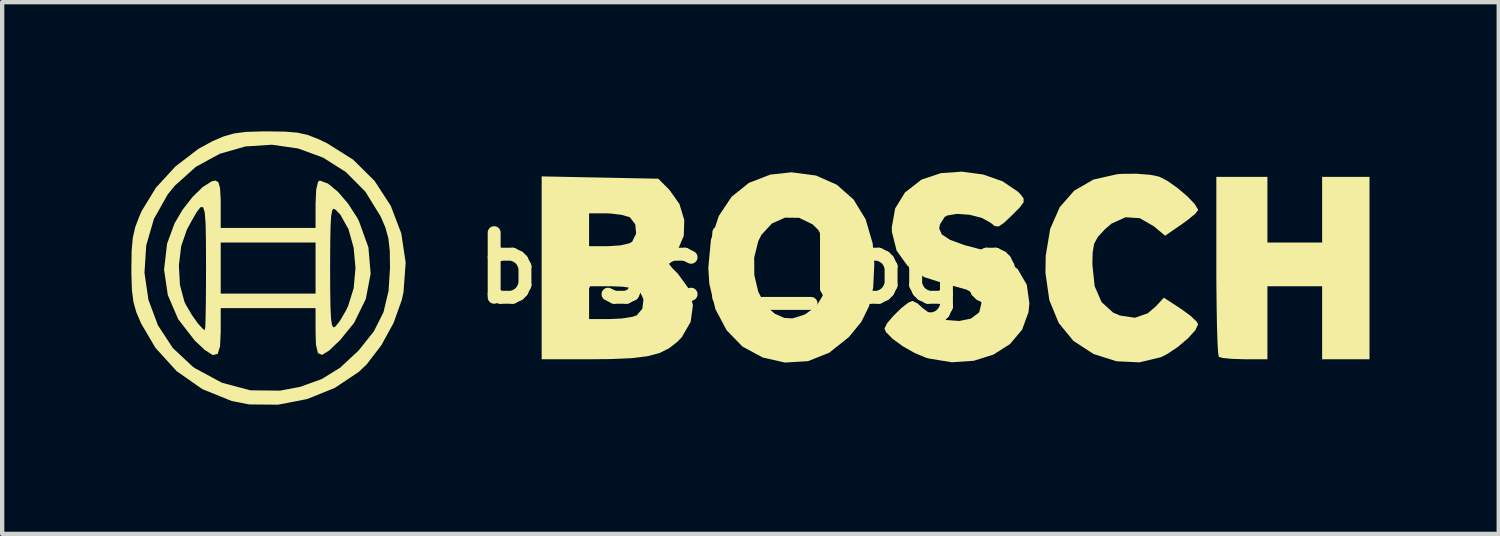
<source format=kicad_pcb>
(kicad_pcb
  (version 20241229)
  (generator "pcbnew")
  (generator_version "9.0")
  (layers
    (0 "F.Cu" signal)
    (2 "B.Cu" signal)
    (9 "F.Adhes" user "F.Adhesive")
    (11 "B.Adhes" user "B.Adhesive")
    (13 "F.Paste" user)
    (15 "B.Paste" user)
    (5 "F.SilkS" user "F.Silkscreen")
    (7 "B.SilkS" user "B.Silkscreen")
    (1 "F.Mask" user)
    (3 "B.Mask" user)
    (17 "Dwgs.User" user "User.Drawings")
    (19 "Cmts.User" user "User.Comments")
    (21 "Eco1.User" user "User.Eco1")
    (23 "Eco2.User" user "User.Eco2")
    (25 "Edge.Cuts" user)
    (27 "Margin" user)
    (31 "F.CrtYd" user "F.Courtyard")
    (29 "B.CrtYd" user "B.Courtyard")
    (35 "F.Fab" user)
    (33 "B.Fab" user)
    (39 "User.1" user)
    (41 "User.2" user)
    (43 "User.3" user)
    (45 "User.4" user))
  (footprint "bosch_logo"
    (layer "F.Cu")
    (at 14.351 3.173)
    (property "Reference" "bosch_logo" (at 0 0 0) (layer "F.SilkS") (effects (font (size 1.5 1.5) (thickness 0.3))))
    (attr board_only exclude_from_pos_files exclude_from_bom)
    (fp_poly (pts (xy 12.023 -1.355) (xy 12.023 -0.593) (xy 12.658 -0.593) (xy 13.293 -0.593) (xy 13.293 -1.355) (xy 13.293 -2.117) (xy 13.843 -2.117) (xy 14.393 -2.117) (xy 14.393 0) (xy 14.393 2.117) (xy 13.843 2.117) (xy 13.293 2.117) (xy 13.293 1.27) (xy 13.293 0.423) (xy 12.658 0.423) (xy 12.023 0.423) (xy 12.023 1.27) (xy 12.023 2.117) (xy 11.486 2.117) (xy 11.199 2.108) (xy 10.983 2.087) (xy 10.894 2.06) (xy 10.878 1.963) (xy 10.864 1.721) (xy 10.852 1.357) (xy 10.844 0.895) (xy 10.838 0.358) (xy 10.837 -0.056) (xy 10.837 -2.117) (xy 11.43 -2.117) (xy 12.023 -2.117)) (stroke (width 0) (type solid)) (fill yes) (layer "F.SilkS"))
    (fp_poly (pts (xy 1.543 -2.148) (xy 2.026 -1.934) (xy 2.414 -1.592) (xy 2.695 -1.133) (xy 2.859 -0.571) (xy 2.897 -0.096) (xy 2.871 0.45) (xy 2.776 0.882) (xy 2.596 1.248) (xy 2.314 1.593) (xy 2.303 1.605) (xy 1.851 1.965) (xy 1.356 2.162) (xy 0.824 2.194) (xy 0.307 2.077) (xy -0.163 1.824) (xy -0.533 1.443) (xy -0.793 0.952) (xy -0.934 0.365) (xy -0.957 0) (xy -0.935 -0.244) (xy 0.108 -0.244) (xy 0.111 0.164) (xy 0.202 0.55) (xy 0.369 0.868) (xy 0.582 1.058) (xy 0.804 1.157) (xy 0.995 1.169) (xy 1.237 1.095) (xy 1.302 1.068) (xy 1.558 0.876) (xy 1.737 0.575) (xy 1.833 0.206) (xy 1.844 -0.188) (xy 1.768 -0.564) (xy 1.599 -0.88) (xy 1.467 -1.012) (xy 1.152 -1.166) (xy 0.824 -1.17) (xy 0.52 -1.035) (xy 0.277 -0.772) (xy 0.203 -0.627) (xy 0.108 -0.244) (xy -0.935 -0.244) (xy -0.897 -0.655) (xy -0.714 -1.209) (xy -0.418 -1.653) (xy -0.017 -1.976) (xy 0.48 -2.169) (xy 0.974 -2.223)) (stroke (width 0) (type solid)) (fill yes) (layer "F.SilkS"))
    (fp_poly (pts (xy 9.308 -2.164) (xy 9.506 -2.123) (xy 9.7 -2.025) (xy 9.931 -1.862) (xy 10.156 -1.672) (xy 10.331 -1.491) (xy 10.413 -1.358) (xy 10.414 -1.345) (xy 10.35 -1.264) (xy 10.185 -1.126) (xy 10.031 -1.014) (xy 9.647 -0.751) (xy 9.389 -0.968) (xy 9.06 -1.158) (xy 8.729 -1.179) (xy 8.404 -1.032) (xy 8.247 -0.897) (xy 8.086 -0.722) (xy 7.999 -0.563) (xy 7.965 -0.356) (xy 7.959 -0.082) (xy 8.012 0.42) (xy 8.173 0.791) (xy 8.441 1.034) (xy 8.596 1.101) (xy 8.946 1.154) (xy 9.246 1.05) (xy 9.437 0.885) (xy 9.619 0.688) (xy 10.016 0.947) (xy 10.235 1.106) (xy 10.379 1.242) (xy 10.414 1.306) (xy 10.348 1.446) (xy 10.177 1.633) (xy 9.946 1.829) (xy 9.695 1.997) (xy 9.549 2.07) (xy 9.053 2.189) (xy 8.518 2.164) (xy 7.988 1.996) (xy 7.985 1.995) (xy 7.519 1.691) (xy 7.177 1.274) (xy 6.96 0.746) (xy 6.87 0.113) (xy 6.876 -0.288) (xy 6.98 -0.91) (xy 7.202 -1.415) (xy 7.538 -1.797) (xy 7.983 -2.054) (xy 8.534 -2.179) (xy 8.64 -2.187) (xy 8.986 -2.19)) (stroke (width 0) (type solid)) (fill yes) (layer "F.SilkS"))
    (fp_poly (pts (xy -3.473 -2.101) (xy -2.119 -2.074) (xy -1.858 -1.813) (xy -1.627 -1.486) (xy -1.515 -1.116) (xy -1.527 -0.748) (xy -1.664 -0.425) (xy -1.776 -0.298) (xy -1.874 -0.199) (xy -1.885 -0.116) (xy -1.797 -0.001) (xy -1.663 0.132) (xy -1.412 0.479) (xy -1.314 0.863) (xy -1.367 1.249) (xy -1.573 1.605) (xy -1.672 1.708) (xy -1.866 1.861) (xy -2.089 1.973) (xy -2.37 2.047) (xy -2.739 2.092) (xy -3.225 2.113) (xy -3.653 2.117) (xy -4.826 2.117) (xy -4.826 0.423) (xy -3.725 0.423) (xy -3.725 0.804) (xy -3.725 1.185) (xy -3.254 1.185) (xy -2.96 1.17) (xy -2.715 1.131) (xy -2.619 1.098) (xy -2.489 0.945) (xy -2.462 0.731) (xy -2.546 0.536) (xy -2.557 0.525) (xy -2.695 0.47) (xy -2.948 0.433) (xy -3.192 0.423) (xy -3.725 0.423) (xy -4.826 0.423) (xy -4.826 -0.006) (xy -4.826 -1.27) (xy -3.725 -1.27) (xy -3.725 -0.889) (xy -3.725 -0.508) (xy -3.277 -0.508) (xy -3.003 -0.526) (xy -2.794 -0.573) (xy -2.726 -0.61) (xy -2.633 -0.8) (xy -2.653 -1.015) (xy -2.776 -1.175) (xy -2.788 -1.182) (xy -2.973 -1.236) (xy -3.239 -1.267) (xy -3.339 -1.27) (xy -3.725 -1.27) (xy -4.826 -1.27) (xy -4.826 -2.128)) (stroke (width 0) (type solid)) (fill yes) (layer "F.SilkS"))
    (fp_poly (pts (xy 5.422 -2.172) (xy 5.872 -2.015) (xy 6.23 -1.774) (xy 6.285 -1.718) (xy 6.362 -1.618) (xy 6.363 -1.528) (xy 6.272 -1.405) (xy 6.097 -1.229) (xy 5.902 -1.045) (xy 5.782 -0.965) (xy 5.692 -0.975) (xy 5.594 -1.053) (xy 5.389 -1.166) (xy 5.109 -1.237) (xy 4.821 -1.258) (xy 4.592 -1.221) (xy 4.53 -1.186) (xy 4.421 -1.016) (xy 4.403 -0.917) (xy 4.464 -0.781) (xy 4.655 -0.655) (xy 4.991 -0.532) (xy 5.402 -0.424) (xy 5.881 -0.246) (xy 6.228 0.028) (xy 6.436 0.387) (xy 6.497 0.82) (xy 6.476 1.025) (xy 6.327 1.432) (xy 6.048 1.763) (xy 5.665 2.008) (xy 5.205 2.153) (xy 4.693 2.187) (xy 4.157 2.099) (xy 4.095 2.081) (xy 3.827 1.969) (xy 3.554 1.813) (xy 3.32 1.641) (xy 3.167 1.486) (xy 3.133 1.404) (xy 3.192 1.284) (xy 3.337 1.112) (xy 3.518 0.935) (xy 3.686 0.803) (xy 3.78 0.762) (xy 3.898 0.819) (xy 4.022 0.932) (xy 4.258 1.105) (xy 4.557 1.205) (xy 4.867 1.229) (xy 5.138 1.174) (xy 5.321 1.037) (xy 5.336 1.012) (xy 5.385 0.806) (xy 5.286 0.637) (xy 5.032 0.498) (xy 4.617 0.385) (xy 4.572 0.376) (xy 4.056 0.211) (xy 3.668 -0.051) (xy 3.415 -0.403) (xy 3.306 -0.835) (xy 3.302 -0.94) (xy 3.38 -1.383) (xy 3.609 -1.755) (xy 3.979 -2.043) (xy 4.018 -2.063) (xy 4.445 -2.204) (xy 4.929 -2.238)) (stroke (width 0) (type solid)) (fill yes) (layer "F.SilkS"))
    (fp_poly (pts (xy -10.779 -3.167) (xy -10.492 -3.143) (xy -10.254 -3.089) (xy -10.007 -2.992) (xy -9.805 -2.896) (xy -9.201 -2.515) (xy -8.705 -2.023) (xy -8.329 -1.445) (xy -8.085 -0.805) (xy -7.983 -0.127) (xy -8.034 0.565) (xy -8.074 0.744) (xy -8.265 1.276) (xy -8.548 1.792) (xy -8.885 2.232) (xy -9.068 2.408) (xy -9.63 2.783) (xy -10.27 3.041) (xy -10.945 3.172) (xy -11.616 3.166) (xy -12.021 3.087) (xy -12.705 2.81) (xy -13.301 2.393) (xy -13.794 1.85) (xy -14.126 1.285) (xy -14.237 1.024) (xy -14.304 0.783) (xy -14.339 0.506) (xy -14.351 0.133) (xy -14.351 0.11) (xy -14.047 0.11) (xy -13.955 0.738) (xy -13.734 1.33) (xy -13.389 1.857) (xy -12.924 2.291) (xy -12.881 2.322) (xy -12.249 2.663) (xy -11.588 2.838) (xy -10.903 2.846) (xy -10.437 2.759) (xy -9.935 2.579) (xy -9.504 2.313) (xy -9.086 1.924) (xy -9.065 1.902) (xy -8.72 1.467) (xy -8.498 1.026) (xy -8.38 0.527) (xy -8.347 0) (xy -8.352 -0.396) (xy -8.384 -0.688) (xy -8.455 -0.944) (xy -8.564 -1.198) (xy -8.918 -1.772) (xy -9.37 -2.228) (xy -9.899 -2.563) (xy -10.479 -2.776) (xy -11.088 -2.863) (xy -11.703 -2.823) (xy -12.299 -2.653) (xy -12.853 -2.351) (xy -13.342 -1.913) (xy -13.508 -1.708) (xy -13.828 -1.141) (xy -14.006 -0.526) (xy -14.047 0.11) (xy -14.351 0.11) (xy -14.351 0) (xy -14.345 -0.407) (xy -14.318 -0.705) (xy -14.261 -0.953) (xy -14.162 -1.211) (xy -14.108 -1.331) (xy -13.781 -1.866) (xy -13.329 -2.358) (xy -12.798 -2.765) (xy -12.467 -2.946) (xy -12.204 -3.058) (xy -11.963 -3.126) (xy -11.687 -3.161) (xy -11.317 -3.172) (xy -11.176 -3.173)) (stroke (width 0) (type solid)) (fill yes) (layer "F.SilkS"))
    (fp_poly (pts (xy -9.786 -1.961) (xy -9.556 -1.771) (xy -9.319 -1.495) (xy -9.108 -1.167) (xy -9.067 -1.088) (xy -8.848 -0.479) (xy -8.796 0.128) (xy -8.908 0.717) (xy -9.18 1.272) (xy -9.505 1.672) (xy -9.758 1.914) (xy -9.924 2.016) (xy -10.021 1.973) (xy -10.066 1.779) (xy -10.075 1.482) (xy -10.075 0.931) (xy -11.176 0.931) (xy -12.277 0.931) (xy -12.277 1.482) (xy -12.292 1.815) (xy -12.348 1.993) (xy -12.461 2.02) (xy -12.646 1.902) (xy -12.878 1.685) (xy -13.265 1.186) (xy -13.505 0.628) (xy -13.592 0.035) (xy -13.581 -0.061) (xy -13.248 -0.061) (xy -13.223 0.394) (xy -13.119 0.783) (xy -13.089 0.847) (xy -12.95 1.084) (xy -12.803 1.29) (xy -12.685 1.418) (xy -12.645 1.439) (xy -12.635 1.359) (xy -12.628 1.137) (xy -12.622 0.798) (xy -12.619 0.372) (xy -12.618 -0.064) (xy -12.62 -0.593) (xy -12.277 -0.593) (xy -12.277 0) (xy -12.277 0.593) (xy -11.176 0.593) (xy -10.075 0.593) (xy -10.075 0) (xy -9.737 0) (xy -9.735 0.532) (xy -9.729 0.916) (xy -9.716 1.17) (xy -9.695 1.317) (xy -9.665 1.375) (xy -9.622 1.365) (xy -9.617 1.361) (xy -9.511 1.228) (xy -9.38 1.004) (xy -9.321 0.886) (xy -9.19 0.467) (xy -9.148 -0.002) (xy -9.191 -0.474) (xy -9.311 -0.903) (xy -9.502 -1.243) (xy -9.614 -1.358) (xy -9.659 -1.377) (xy -9.691 -1.332) (xy -9.713 -1.205) (xy -9.727 -0.974) (xy -9.734 -0.619) (xy -9.737 -0.12) (xy -9.737 0) (xy -10.075 0) (xy -10.075 -0.593) (xy -11.176 -0.593) (xy -12.277 -0.593) (xy -12.62 -0.593) (xy -12.62 -0.628) (xy -12.628 -1.034) (xy -12.648 -1.293) (xy -12.686 -1.415) (xy -12.747 -1.412) (xy -12.838 -1.294) (xy -12.964 -1.074) (xy -13.063 -0.889) (xy -13.194 -0.512) (xy -13.248 -0.061) (xy -13.581 -0.061) (xy -13.522 -0.566) (xy -13.349 -1.037) (xy -13.16 -1.357) (xy -12.931 -1.65) (xy -12.696 -1.88) (xy -12.487 -2.013) (xy -12.401 -2.032) (xy -12.331 -1.993) (xy -12.292 -1.854) (xy -12.277 -1.586) (xy -12.277 -1.482) (xy -12.277 -0.931) (xy -11.176 -0.931) (xy -10.075 -0.931) (xy -10.075 -1.482) (xy -10.061 -1.819) (xy -10.018 -2.001) (xy -9.977 -2.032)) (stroke (width 0) (type solid)) (fill yes) (layer "F.SilkS")))
  (gr_rect
    (start -3 -3)
    (end 31.744 9.345)
    (stroke (width 0.1) (type default))
    (fill no)
    (layer "Edge.Cuts")))
</source>
